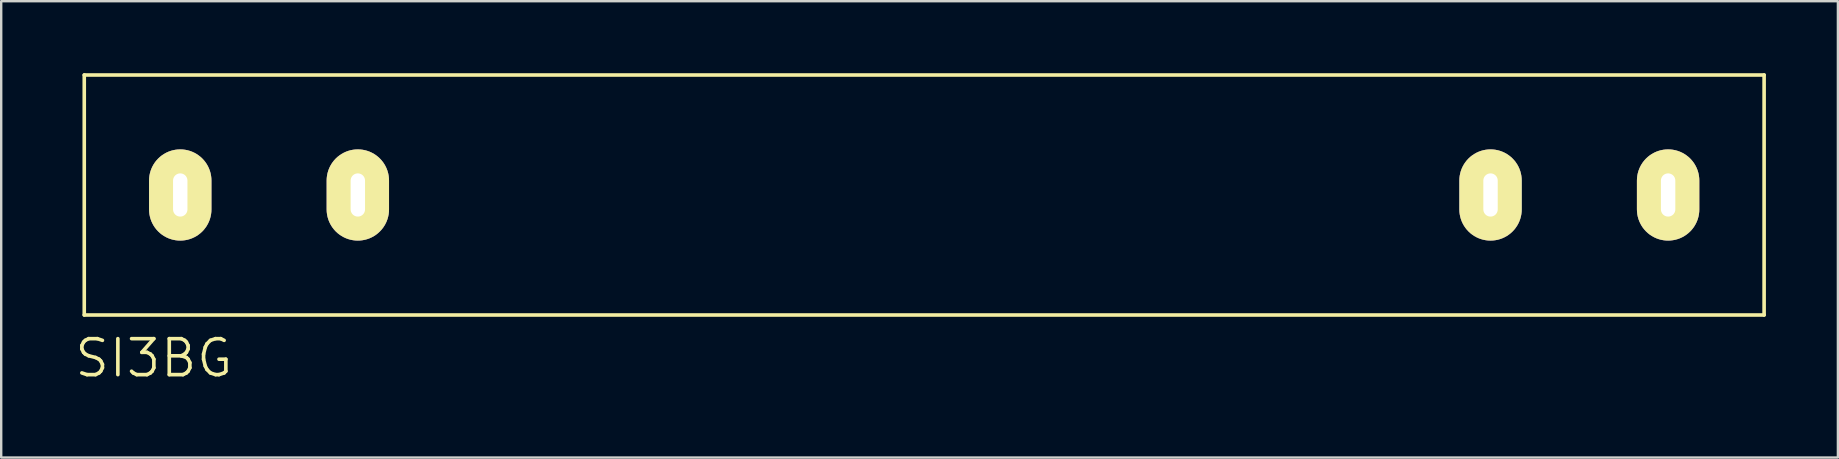
<source format=kicad_pcb>
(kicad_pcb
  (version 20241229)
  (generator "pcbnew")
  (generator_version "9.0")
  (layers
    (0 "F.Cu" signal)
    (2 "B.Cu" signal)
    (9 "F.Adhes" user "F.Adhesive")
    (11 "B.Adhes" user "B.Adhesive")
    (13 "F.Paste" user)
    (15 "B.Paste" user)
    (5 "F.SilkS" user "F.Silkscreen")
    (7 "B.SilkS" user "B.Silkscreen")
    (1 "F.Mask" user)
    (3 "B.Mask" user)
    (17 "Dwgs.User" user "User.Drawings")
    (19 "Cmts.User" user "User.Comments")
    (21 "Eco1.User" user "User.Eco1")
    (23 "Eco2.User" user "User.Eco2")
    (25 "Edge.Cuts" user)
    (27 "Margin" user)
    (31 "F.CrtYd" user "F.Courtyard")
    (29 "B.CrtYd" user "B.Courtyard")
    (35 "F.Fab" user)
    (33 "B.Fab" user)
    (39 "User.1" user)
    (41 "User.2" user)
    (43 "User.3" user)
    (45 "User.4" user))
  (footprint "SI3BG"
    (layer "F.Cu")
    (at 4.461 5.075)
    (property "Reference" "SI3BG" (at -1.1 6.8 0) (layer "F.SilkS") (effects (font (size 1.5 1.5) (thickness 0.15))))
    (attr through_hole)
    (fp_line (start -4 -5) (end -4 5) (stroke (width 0.15) (type solid)) (layer "F.SilkS"))
    (fp_line (start -4 5) (end 66 5) (stroke (width 0.15) (type solid)) (layer "F.SilkS"))
    (fp_line (start 66 -5) (end -4 -5) (stroke (width 0.15) (type solid)) (layer "F.SilkS"))
    (fp_line (start 66 5) (end 66 -5) (stroke (width 0.15) (type solid)) (layer "F.SilkS"))
    (pad "1" thru_hole oval (at 0 0) (size 2.6 3.8) (drill oval 0.6 1.8) (layers "*.Cu" "*.Mask" "F.SilkS"))
    (pad "1" thru_hole oval (at 7.4 0) (size 2.6 3.8) (drill oval 0.6 1.8) (layers "*.Cu" "*.Mask" "F.SilkS"))
    (pad "2" thru_hole oval (at 54.6 0) (size 2.6 3.8) (drill oval 0.6 1.8) (layers "*.Cu" "*.Mask" "F.SilkS"))
    (pad "2" thru_hole oval (at 62 0) (size 2.6 3.8) (drill oval 0.6 1.8) (layers "*.Cu" "*.Mask" "F.SilkS")))
  (gr_rect
    (start -3 -3)
    (end 73.536 16.016)
    (stroke (width 0.1) (type default))
    (fill no)
    (layer "Edge.Cuts")))
</source>
